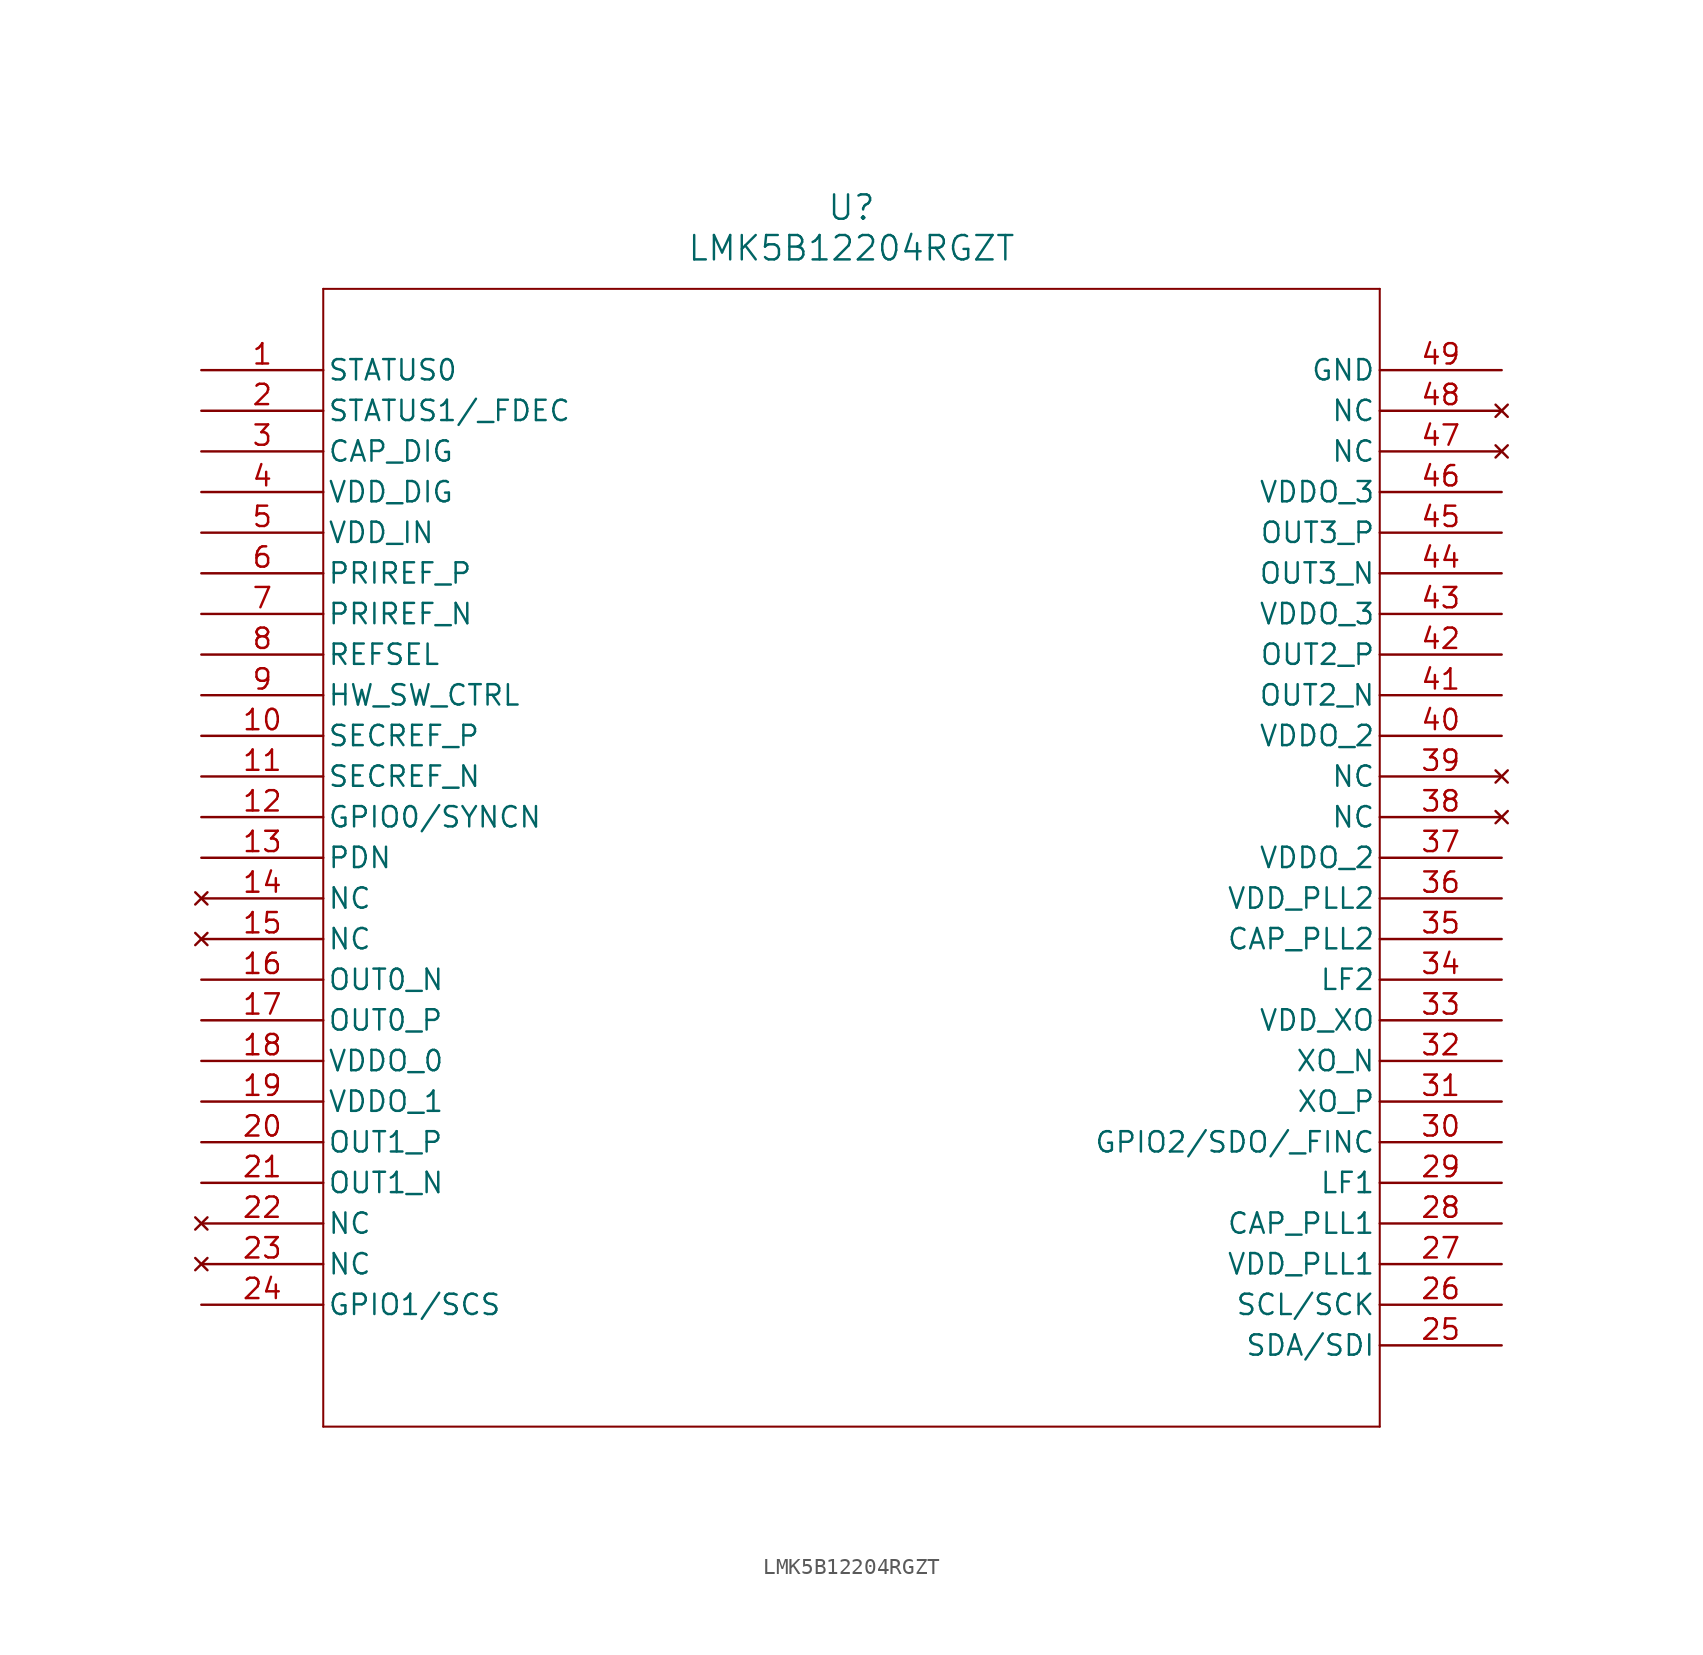
<source format=kicad_sym>
(kicad_symbol_lib
  (version 20211014)
  (generator kicad_symbol_editor)
  (symbol "LMK5B12204RGZT"
    (pin_names
      (offset 0.254))
    (property "Reference" "U"
      (at 40.64 10.16 0)
      (effects (font (size 1.524 1.524))))
    (property "Value" "LMK5B12204RGZT"
      (at 40.64 7.62 0)
      (effects (font (size 1.524 1.524))))
    (symbol "LMK5B12204RGZT_0_1"
      (polyline (pts (xy 7.62 5.08) (xy 7.62 -66.04)) (stroke (width 0.127) (type default) (color 0 0 0 0)) (fill (type none)))
      (polyline (pts (xy 7.62 -66.04) (xy 73.66 -66.04)) (stroke (width 0.127) (type default) (color 0 0 0 0)) (fill (type none)))
      (polyline (pts (xy 73.66 -66.04) (xy 73.66 5.08)) (stroke (width 0.127) (type default) (color 0 0 0 0)) (fill (type none)))
      (polyline (pts (xy 73.66 5.08) (xy 7.62 5.08)) (stroke (width 0.127) (type default) (color 0 0 0 0)) (fill (type none)))
      (pin bidirectional line (at 0 0 0) (length 7.62) (name "STATUS0" (effects (font (size 1.27 1.27)))) (number "1" (effects (font (size 1.27 1.27)))))
      (pin bidirectional line (at 0 -2.54 0) (length 7.62) (name "STATUS1/ FDEC" (effects (font (size 1.27 1.27)))) (number "2" (effects (font (size 1.27 1.27)))))
      (pin unspecified line (at 0 -5.08 0) (length 7.62) (name "CAP_DIG" (effects (font (size 1.27 1.27)))) (number "3" (effects (font (size 1.27 1.27)))))
      (pin power_in line (at 0 -7.62 0) (length 7.62) (name "VDD_DIG" (effects (font (size 1.27 1.27)))) (number "4" (effects (font (size 1.27 1.27)))))
      (pin power_in line (at 0 -10.16 0) (length 7.62) (name "VDD_IN" (effects (font (size 1.27 1.27)))) (number "5" (effects (font (size 1.27 1.27)))))
      (pin unspecified line (at 0 -12.7 0) (length 7.62) (name "PRIREF_P" (effects (font (size 1.27 1.27)))) (number "6" (effects (font (size 1.27 1.27)))))
      (pin unspecified line (at 0 -15.24 0) (length 7.62) (name "PRIREF_N" (effects (font (size 1.27 1.27)))) (number "7" (effects (font (size 1.27 1.27)))))
      (pin unspecified line (at 0 -17.78 0) (length 7.62) (name "REFSEL" (effects (font (size 1.27 1.27)))) (number "8" (effects (font (size 1.27 1.27)))))
      (pin unspecified line (at 0 -20.32 0) (length 7.62) (name "HW_SW_CTRL" (effects (font (size 1.27 1.27)))) (number "9" (effects (font (size 1.27 1.27)))))
      (pin unspecified line (at 0 -22.86 0) (length 7.62) (name "SECREF_P" (effects (font (size 1.27 1.27)))) (number "10" (effects (font (size 1.27 1.27)))))
      (pin unspecified line (at 0 -25.4 0) (length 7.62) (name "SECREF_N" (effects (font (size 1.27 1.27)))) (number "11" (effects (font (size 1.27 1.27)))))
      (pin bidirectional line (at 0 -27.94 0) (length 7.62) (name "GPIO0/SYNCN" (effects (font (size 1.27 1.27)))) (number "12" (effects (font (size 1.27 1.27)))))
      (pin unspecified line (at 0 -30.48 0) (length 7.62) (name "PDN" (effects (font (size 1.27 1.27)))) (number "13" (effects (font (size 1.27 1.27)))))
      (pin no_connect line (at 0 -33.02 0) (length 7.62) (name "NC" (effects (font (size 1.27 1.27)))) (number "14" (effects (font (size 1.27 1.27)))))
      (pin no_connect line (at 0 -35.56 0) (length 7.62) (name "NC" (effects (font (size 1.27 1.27)))) (number "15" (effects (font (size 1.27 1.27)))))
      (pin output line (at 0 -38.1 0) (length 7.62) (name "OUT0_N" (effects (font (size 1.27 1.27)))) (number "16" (effects (font (size 1.27 1.27)))))
      (pin output line (at 0 -40.64 0) (length 7.62) (name "OUT0_P" (effects (font (size 1.27 1.27)))) (number "17" (effects (font (size 1.27 1.27)))))
      (pin power_in line (at 0 -43.18 0) (length 7.62) (name "VDDO_0" (effects (font (size 1.27 1.27)))) (number "18" (effects (font (size 1.27 1.27)))))
      (pin power_in line (at 0 -45.72 0) (length 7.62) (name "VDDO_1" (effects (font (size 1.27 1.27)))) (number "19" (effects (font (size 1.27 1.27)))))
      (pin output line (at 0 -48.26 0) (length 7.62) (name "OUT1_P" (effects (font (size 1.27 1.27)))) (number "20" (effects (font (size 1.27 1.27)))))
      (pin output line (at 0 -50.8 0) (length 7.62) (name "OUT1_N" (effects (font (size 1.27 1.27)))) (number "21" (effects (font (size 1.27 1.27)))))
      (pin no_connect line (at 0 -53.34 0) (length 7.62) (name "NC" (effects (font (size 1.27 1.27)))) (number "22" (effects (font (size 1.27 1.27)))))
      (pin no_connect line (at 0 -55.88 0) (length 7.62) (name "NC" (effects (font (size 1.27 1.27)))) (number "23" (effects (font (size 1.27 1.27)))))
      (pin bidirectional line (at 0 -58.42 0) (length 7.62) (name "GPIO1/SCS" (effects (font (size 1.27 1.27)))) (number "24" (effects (font (size 1.27 1.27)))))
      (pin unspecified line (at 81.28 -60.96 180) (length 7.62) (name "SDA/SDI" (effects (font (size 1.27 1.27)))) (number "25" (effects (font (size 1.27 1.27)))))
      (pin unspecified line (at 81.28 -58.42 180) (length 7.62) (name "SCL/SCK" (effects (font (size 1.27 1.27)))) (number "26" (effects (font (size 1.27 1.27)))))
      (pin power_in line (at 81.28 -55.88 180) (length 7.62) (name "VDD_PLL1" (effects (font (size 1.27 1.27)))) (number "27" (effects (font (size 1.27 1.27)))))
      (pin bidirectional line (at 81.28 -53.34 180) (length 7.62) (name "CAP_PLL1" (effects (font (size 1.27 1.27)))) (number "28" (effects (font (size 1.27 1.27)))))
      (pin bidirectional line (at 81.28 -50.8 180) (length 7.62) (name "LF1" (effects (font (size 1.27 1.27)))) (number "29" (effects (font (size 1.27 1.27)))))
      (pin bidirectional line (at 81.28 -48.26 180) (length 7.62) (name "GPIO2/SDO/ FINC" (effects (font (size 1.27 1.27)))) (number "30" (effects (font (size 1.27 1.27)))))
      (pin unspecified line (at 81.28 -45.72 180) (length 7.62) (name "XO_P" (effects (font (size 1.27 1.27)))) (number "31" (effects (font (size 1.27 1.27)))))
      (pin unspecified line (at 81.28 -43.18 180) (length 7.62) (name "XO_N" (effects (font (size 1.27 1.27)))) (number "32" (effects (font (size 1.27 1.27)))))
      (pin power_in line (at 81.28 -40.64 180) (length 7.62) (name "VDD_XO" (effects (font (size 1.27 1.27)))) (number "33" (effects (font (size 1.27 1.27)))))
      (pin bidirectional line (at 81.28 -38.1 180) (length 7.62) (name "LF2" (effects (font (size 1.27 1.27)))) (number "34" (effects (font (size 1.27 1.27)))))
      (pin bidirectional line (at 81.28 -35.56 180) (length 7.62) (name "CAP_PLL2" (effects (font (size 1.27 1.27)))) (number "35" (effects (font (size 1.27 1.27)))))
      (pin power_in line (at 81.28 -33.02 180) (length 7.62) (name "VDD_PLL2" (effects (font (size 1.27 1.27)))) (number "36" (effects (font (size 1.27 1.27)))))
      (pin power_in line (at 81.28 -30.48 180) (length 7.62) (name "VDDO_2" (effects (font (size 1.27 1.27)))) (number "37" (effects (font (size 1.27 1.27)))))
      (pin no_connect line (at 81.28 -27.94 180) (length 7.62) (name "NC" (effects (font (size 1.27 1.27)))) (number "38" (effects (font (size 1.27 1.27)))))
      (pin no_connect line (at 81.28 -25.4 180) (length 7.62) (name "NC" (effects (font (size 1.27 1.27)))) (number "39" (effects (font (size 1.27 1.27)))))
      (pin power_in line (at 81.28 -22.86 180) (length 7.62) (name "VDDO_2" (effects (font (size 1.27 1.27)))) (number "40" (effects (font (size 1.27 1.27)))))
      (pin output line (at 81.28 -20.32 180) (length 7.62) (name "OUT2_N" (effects (font (size 1.27 1.27)))) (number "41" (effects (font (size 1.27 1.27)))))
      (pin output line (at 81.28 -17.78 180) (length 7.62) (name "OUT2_P" (effects (font (size 1.27 1.27)))) (number "42" (effects (font (size 1.27 1.27)))))
      (pin power_in line (at 81.28 -15.24 180) (length 7.62) (name "VDDO_3" (effects (font (size 1.27 1.27)))) (number "43" (effects (font (size 1.27 1.27)))))
      (pin output line (at 81.28 -12.7 180) (length 7.62) (name "OUT3_N" (effects (font (size 1.27 1.27)))) (number "44" (effects (font (size 1.27 1.27)))))
      (pin output line (at 81.28 -10.16 180) (length 7.62) (name "OUT3_P" (effects (font (size 1.27 1.27)))) (number "45" (effects (font (size 1.27 1.27)))))
      (pin power_in line (at 81.28 -7.62 180) (length 7.62) (name "VDDO_3" (effects (font (size 1.27 1.27)))) (number "46" (effects (font (size 1.27 1.27)))))
      (pin no_connect line (at 81.28 -5.08 180) (length 7.62) (name "NC" (effects (font (size 1.27 1.27)))) (number "47" (effects (font (size 1.27 1.27)))))
      (pin no_connect line (at 81.28 -2.54 180) (length 7.62) (name "NC" (effects (font (size 1.27 1.27)))) (number "48" (effects (font (size 1.27 1.27)))))
      (pin power_out line (at 81.28 0 180) (length 7.62) (name "GND" (effects (font (size 1.27 1.27)))) (number "49" (effects (font (size 1.27 1.27))))))))
</source>
